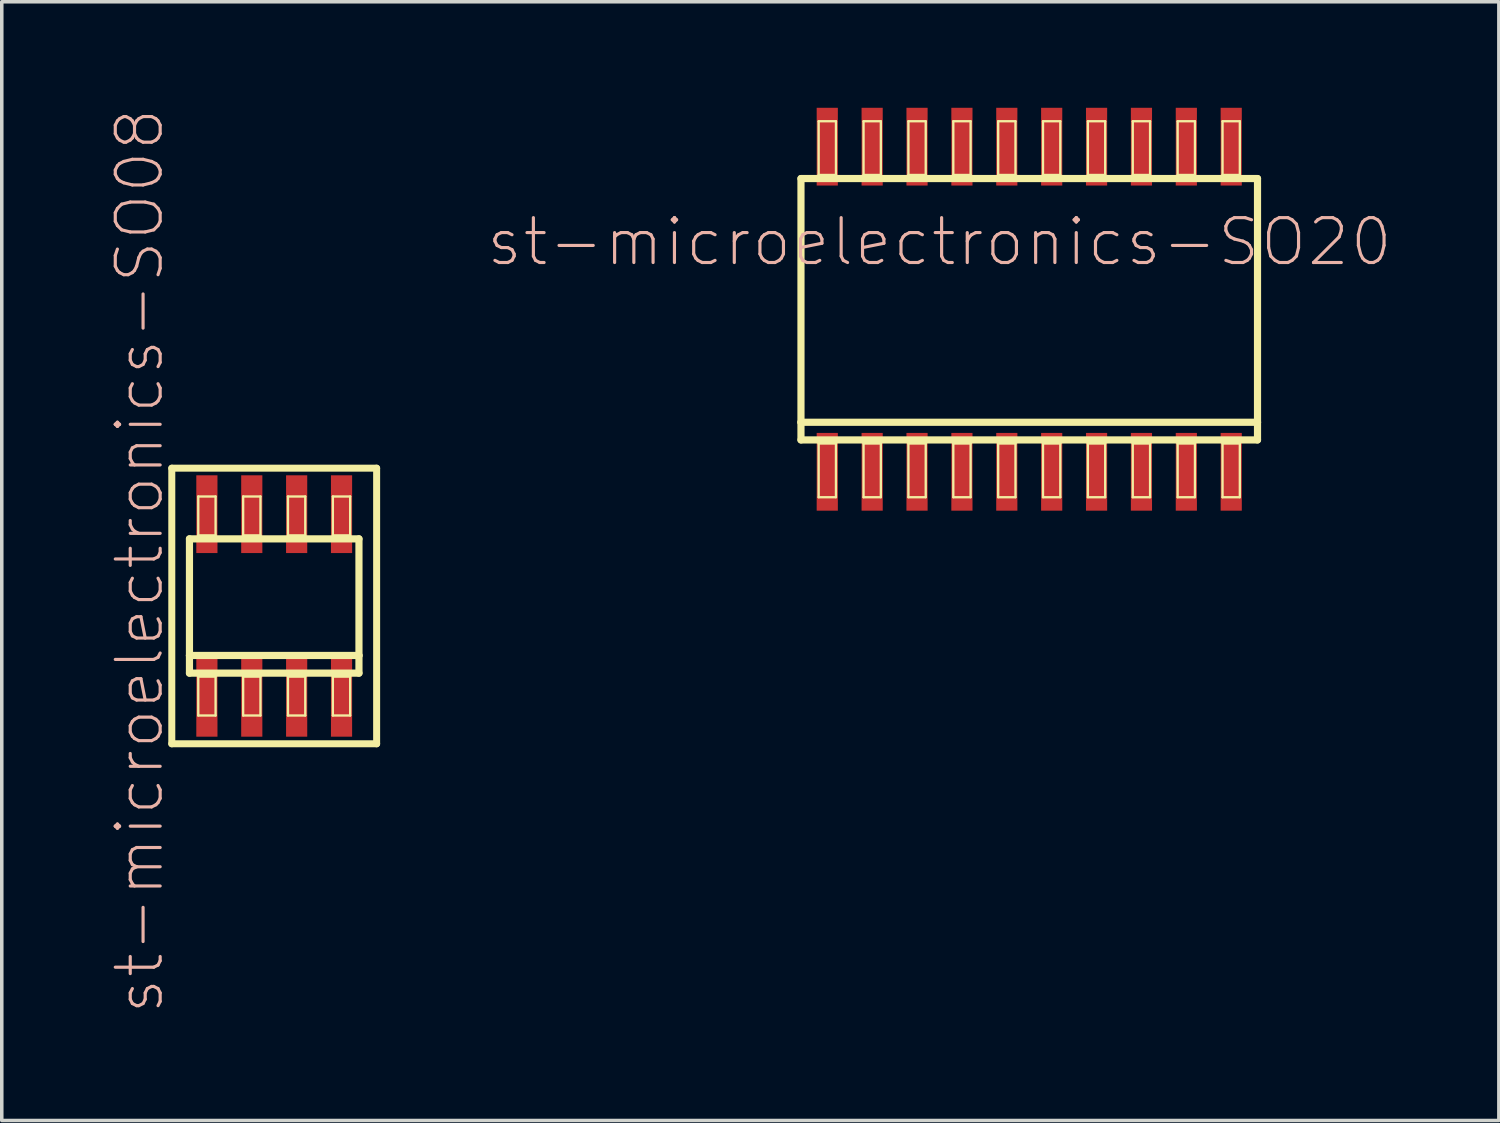
<source format=kicad_pcb>
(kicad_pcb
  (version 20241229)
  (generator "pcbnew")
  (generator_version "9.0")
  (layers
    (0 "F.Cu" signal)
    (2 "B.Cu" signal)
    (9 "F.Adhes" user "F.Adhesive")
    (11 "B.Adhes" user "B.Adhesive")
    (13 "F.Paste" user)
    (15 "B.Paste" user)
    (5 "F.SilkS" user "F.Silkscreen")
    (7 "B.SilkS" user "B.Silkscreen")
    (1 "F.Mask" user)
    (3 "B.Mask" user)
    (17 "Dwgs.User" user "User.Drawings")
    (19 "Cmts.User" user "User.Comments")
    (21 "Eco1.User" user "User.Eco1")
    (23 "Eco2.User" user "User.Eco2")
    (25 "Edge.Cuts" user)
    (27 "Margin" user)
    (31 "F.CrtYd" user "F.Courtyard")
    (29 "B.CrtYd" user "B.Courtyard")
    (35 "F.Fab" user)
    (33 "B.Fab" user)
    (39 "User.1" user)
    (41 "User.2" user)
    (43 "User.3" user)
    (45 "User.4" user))
  (footprint "st-microelectronics-SO08"
    (layer "F.Cu")
    (at 4.709 14.097)
    (property "Reference" "st-microelectronics-SO08" (at -3.81 -1.27 90) (layer "B.SilkS") (effects (font (size 1.27 1.27) (thickness 0.089))))
    (attr smd)
    (fp_line (start -2.898 -3.899) (end 2.898 -3.899) (stroke (width 0.198) (type solid)) (layer "F.SilkS"))
    (fp_line (start -2.898 3.899) (end -2.898 -3.899) (stroke (width 0.198) (type solid)) (layer "F.SilkS"))
    (fp_line (start -2.398 -1.9) (end 2.398 -1.9) (stroke (width 0.203) (type solid)) (layer "F.SilkS"))
    (fp_line (start -2.398 1.4) (end -2.398 -1.9) (stroke (width 0.203) (type solid)) (layer "F.SilkS"))
    (fp_line (start -2.398 1.9) (end -2.398 1.4) (stroke (width 0.203) (type solid)) (layer "F.SilkS"))
    (fp_line (start -2.149 -3.099) (end -1.659 -3.099) (stroke (width 0.066) (type solid)) (layer "F.SilkS"))
    (fp_line (start -2.149 -1.999) (end -2.149 -3.099) (stroke (width 0.066) (type solid)) (layer "F.SilkS"))
    (fp_line (start -2.149 -1.999) (end -1.659 -1.999) (stroke (width 0.066) (type solid)) (layer "F.SilkS"))
    (fp_line (start -2.149 1.999) (end -1.659 1.999) (stroke (width 0.066) (type solid)) (layer "F.SilkS"))
    (fp_line (start -2.149 3.099) (end -2.149 1.999) (stroke (width 0.066) (type solid)) (layer "F.SilkS"))
    (fp_line (start -2.149 3.099) (end -1.659 3.099) (stroke (width 0.066) (type solid)) (layer "F.SilkS"))
    (fp_line (start -1.659 -1.999) (end -1.659 -3.099) (stroke (width 0.066) (type solid)) (layer "F.SilkS"))
    (fp_line (start -1.659 3.099) (end -1.659 1.999) (stroke (width 0.066) (type solid)) (layer "F.SilkS"))
    (fp_line (start -0.879 -3.099) (end -0.389 -3.099) (stroke (width 0.066) (type solid)) (layer "F.SilkS"))
    (fp_line (start -0.879 -1.999) (end -0.879 -3.099) (stroke (width 0.066) (type solid)) (layer "F.SilkS"))
    (fp_line (start -0.879 -1.999) (end -0.389 -1.999) (stroke (width 0.066) (type solid)) (layer "F.SilkS"))
    (fp_line (start -0.879 1.999) (end -0.389 1.999) (stroke (width 0.066) (type solid)) (layer "F.SilkS"))
    (fp_line (start -0.879 3.099) (end -0.879 1.999) (stroke (width 0.066) (type solid)) (layer "F.SilkS"))
    (fp_line (start -0.879 3.099) (end -0.389 3.099) (stroke (width 0.066) (type solid)) (layer "F.SilkS"))
    (fp_line (start -0.389 -1.999) (end -0.389 -3.099) (stroke (width 0.066) (type solid)) (layer "F.SilkS"))
    (fp_line (start -0.389 3.099) (end -0.389 1.999) (stroke (width 0.066) (type solid)) (layer "F.SilkS"))
    (fp_line (start 0.389 -3.099) (end 0.879 -3.099) (stroke (width 0.066) (type solid)) (layer "F.SilkS"))
    (fp_line (start 0.389 -1.999) (end 0.389 -3.099) (stroke (width 0.066) (type solid)) (layer "F.SilkS"))
    (fp_line (start 0.389 -1.999) (end 0.879 -1.999) (stroke (width 0.066) (type solid)) (layer "F.SilkS"))
    (fp_line (start 0.389 1.999) (end 0.879 1.999) (stroke (width 0.066) (type solid)) (layer "F.SilkS"))
    (fp_line (start 0.389 3.099) (end 0.389 1.999) (stroke (width 0.066) (type solid)) (layer "F.SilkS"))
    (fp_line (start 0.389 3.099) (end 0.879 3.099) (stroke (width 0.066) (type solid)) (layer "F.SilkS"))
    (fp_line (start 0.879 -1.999) (end 0.879 -3.099) (stroke (width 0.066) (type solid)) (layer "F.SilkS"))
    (fp_line (start 0.879 3.099) (end 0.879 1.999) (stroke (width 0.066) (type solid)) (layer "F.SilkS"))
    (fp_line (start 1.659 -3.099) (end 2.149 -3.099) (stroke (width 0.066) (type solid)) (layer "F.SilkS"))
    (fp_line (start 1.659 -1.999) (end 1.659 -3.099) (stroke (width 0.066) (type solid)) (layer "F.SilkS"))
    (fp_line (start 1.659 -1.999) (end 2.149 -1.999) (stroke (width 0.066) (type solid)) (layer "F.SilkS"))
    (fp_line (start 1.659 1.999) (end 2.149 1.999) (stroke (width 0.066) (type solid)) (layer "F.SilkS"))
    (fp_line (start 1.659 3.099) (end 1.659 1.999) (stroke (width 0.066) (type solid)) (layer "F.SilkS"))
    (fp_line (start 1.659 3.099) (end 2.149 3.099) (stroke (width 0.066) (type solid)) (layer "F.SilkS"))
    (fp_line (start 2.149 -1.999) (end 2.149 -3.099) (stroke (width 0.066) (type solid)) (layer "F.SilkS"))
    (fp_line (start 2.149 3.099) (end 2.149 1.999) (stroke (width 0.066) (type solid)) (layer "F.SilkS"))
    (fp_line (start 2.398 -1.9) (end 2.398 1.4) (stroke (width 0.203) (type solid)) (layer "F.SilkS"))
    (fp_line (start 2.398 1.4) (end -2.398 1.4) (stroke (width 0.203) (type solid)) (layer "F.SilkS"))
    (fp_line (start 2.398 1.4) (end 2.398 1.9) (stroke (width 0.203) (type solid)) (layer "F.SilkS"))
    (fp_line (start 2.398 1.9) (end -2.398 1.9) (stroke (width 0.203) (type solid)) (layer "F.SilkS"))
    (fp_line (start 2.898 -3.899) (end 2.898 3.899) (stroke (width 0.198) (type solid)) (layer "F.SilkS"))
    (fp_line (start 2.898 3.899) (end -2.898 3.899) (stroke (width 0.198) (type solid)) (layer "F.SilkS"))
    (pad "1" smd rect (at -1.905 2.598) (size 0.599 2.2) (layers "F.Cu" "F.Mask" "F.Paste"))
    (pad "2" smd rect (at -0.635 2.598) (size 0.599 2.2) (layers "F.Cu" "F.Mask" "F.Paste"))
    (pad "3" smd rect (at 0.635 2.598) (size 0.599 2.2) (layers "F.Cu" "F.Mask" "F.Paste"))
    (pad "4" smd rect (at 1.905 2.598) (size 0.599 2.2) (layers "F.Cu" "F.Mask" "F.Paste"))
    (pad "5" smd rect (at 1.905 -2.598) (size 0.599 2.2) (layers "F.Cu" "F.Mask" "F.Paste"))
    (pad "6" smd rect (at 0.635 -2.598) (size 0.599 2.2) (layers "F.Cu" "F.Mask" "F.Paste"))
    (pad "7" smd rect (at -0.635 -2.598) (size 0.599 2.2) (layers "F.Cu" "F.Mask" "F.Paste"))
    (pad "8" smd rect (at -1.905 -2.598) (size 0.599 2.2) (layers "F.Cu" "F.Mask" "F.Paste")))
  (footprint "st-microelectronics-SO20"
    (layer "F.Cu")
    (at 26.073 5.7)
    (property "Reference" "st-microelectronics-SO20" (at -2.54 -1.905 0) (layer "B.SilkS") (effects (font (size 1.27 1.27) (thickness 0.089))))
    (attr smd)
    (fp_line (start -6.459 -3.698) (end 6.459 -3.698) (stroke (width 0.203) (type solid)) (layer "F.SilkS"))
    (fp_line (start -6.459 3.198) (end -6.459 -3.698) (stroke (width 0.203) (type solid)) (layer "F.SilkS"))
    (fp_line (start -6.459 3.698) (end -6.459 3.198) (stroke (width 0.203) (type solid)) (layer "F.SilkS"))
    (fp_line (start -5.959 -5.319) (end -5.469 -5.319) (stroke (width 0.066) (type solid)) (layer "F.SilkS"))
    (fp_line (start -5.959 -3.8) (end -5.959 -5.319) (stroke (width 0.066) (type solid)) (layer "F.SilkS"))
    (fp_line (start -5.959 -3.8) (end -5.469 -3.8) (stroke (width 0.066) (type solid)) (layer "F.SilkS"))
    (fp_line (start -5.959 3.8) (end -5.469 3.8) (stroke (width 0.066) (type solid)) (layer "F.SilkS"))
    (fp_line (start -5.959 5.319) (end -5.959 3.8) (stroke (width 0.066) (type solid)) (layer "F.SilkS"))
    (fp_line (start -5.959 5.319) (end -5.469 5.319) (stroke (width 0.066) (type solid)) (layer "F.SilkS"))
    (fp_line (start -5.469 -3.8) (end -5.469 -5.319) (stroke (width 0.066) (type solid)) (layer "F.SilkS"))
    (fp_line (start -5.469 5.319) (end -5.469 3.8) (stroke (width 0.066) (type solid)) (layer "F.SilkS"))
    (fp_line (start -4.689 -5.319) (end -4.199 -5.319) (stroke (width 0.066) (type solid)) (layer "F.SilkS"))
    (fp_line (start -4.689 -3.8) (end -4.689 -5.319) (stroke (width 0.066) (type solid)) (layer "F.SilkS"))
    (fp_line (start -4.689 -3.8) (end -4.199 -3.8) (stroke (width 0.066) (type solid)) (layer "F.SilkS"))
    (fp_line (start -4.689 3.8) (end -4.199 3.8) (stroke (width 0.066) (type solid)) (layer "F.SilkS"))
    (fp_line (start -4.689 5.319) (end -4.689 3.8) (stroke (width 0.066) (type solid)) (layer "F.SilkS"))
    (fp_line (start -4.689 5.319) (end -4.199 5.319) (stroke (width 0.066) (type solid)) (layer "F.SilkS"))
    (fp_line (start -4.199 -3.8) (end -4.199 -5.319) (stroke (width 0.066) (type solid)) (layer "F.SilkS"))
    (fp_line (start -4.199 5.319) (end -4.199 3.8) (stroke (width 0.066) (type solid)) (layer "F.SilkS"))
    (fp_line (start -3.419 -5.319) (end -2.929 -5.319) (stroke (width 0.066) (type solid)) (layer "F.SilkS"))
    (fp_line (start -3.419 -3.8) (end -3.419 -5.319) (stroke (width 0.066) (type solid)) (layer "F.SilkS"))
    (fp_line (start -3.419 -3.8) (end -2.929 -3.8) (stroke (width 0.066) (type solid)) (layer "F.SilkS"))
    (fp_line (start -3.419 3.8) (end -2.929 3.8) (stroke (width 0.066) (type solid)) (layer "F.SilkS"))
    (fp_line (start -3.419 5.319) (end -3.419 3.8) (stroke (width 0.066) (type solid)) (layer "F.SilkS"))
    (fp_line (start -3.419 5.319) (end -2.929 5.319) (stroke (width 0.066) (type solid)) (layer "F.SilkS"))
    (fp_line (start -2.929 -3.8) (end -2.929 -5.319) (stroke (width 0.066) (type solid)) (layer "F.SilkS"))
    (fp_line (start -2.929 5.319) (end -2.929 3.8) (stroke (width 0.066) (type solid)) (layer "F.SilkS"))
    (fp_line (start -2.149 -5.319) (end -1.659 -5.319) (stroke (width 0.066) (type solid)) (layer "F.SilkS"))
    (fp_line (start -2.149 -3.8) (end -2.149 -5.319) (stroke (width 0.066) (type solid)) (layer "F.SilkS"))
    (fp_line (start -2.149 -3.8) (end -1.659 -3.8) (stroke (width 0.066) (type solid)) (layer "F.SilkS"))
    (fp_line (start -2.149 3.8) (end -1.659 3.8) (stroke (width 0.066) (type solid)) (layer "F.SilkS"))
    (fp_line (start -2.149 5.319) (end -2.149 3.8) (stroke (width 0.066) (type solid)) (layer "F.SilkS"))
    (fp_line (start -2.149 5.319) (end -1.659 5.319) (stroke (width 0.066) (type solid)) (layer "F.SilkS"))
    (fp_line (start -1.659 -3.8) (end -1.659 -5.319) (stroke (width 0.066) (type solid)) (layer "F.SilkS"))
    (fp_line (start -1.659 5.319) (end -1.659 3.8) (stroke (width 0.066) (type solid)) (layer "F.SilkS"))
    (fp_line (start -0.879 -5.319) (end -0.389 -5.319) (stroke (width 0.066) (type solid)) (layer "F.SilkS"))
    (fp_line (start -0.879 -3.8) (end -0.879 -5.319) (stroke (width 0.066) (type solid)) (layer "F.SilkS"))
    (fp_line (start -0.879 -3.8) (end -0.389 -3.8) (stroke (width 0.066) (type solid)) (layer "F.SilkS"))
    (fp_line (start -0.879 3.8) (end -0.389 3.8) (stroke (width 0.066) (type solid)) (layer "F.SilkS"))
    (fp_line (start -0.879 5.319) (end -0.879 3.8) (stroke (width 0.066) (type solid)) (layer "F.SilkS"))
    (fp_line (start -0.879 5.319) (end -0.389 5.319) (stroke (width 0.066) (type solid)) (layer "F.SilkS"))
    (fp_line (start -0.389 -3.8) (end -0.389 -5.319) (stroke (width 0.066) (type solid)) (layer "F.SilkS"))
    (fp_line (start -0.389 5.319) (end -0.389 3.8) (stroke (width 0.066) (type solid)) (layer "F.SilkS"))
    (fp_line (start 0.389 -5.319) (end 0.879 -5.319) (stroke (width 0.066) (type solid)) (layer "F.SilkS"))
    (fp_line (start 0.389 -3.8) (end 0.389 -5.319) (stroke (width 0.066) (type solid)) (layer "F.SilkS"))
    (fp_line (start 0.389 -3.8) (end 0.879 -3.8) (stroke (width 0.066) (type solid)) (layer "F.SilkS"))
    (fp_line (start 0.389 3.8) (end 0.879 3.8) (stroke (width 0.066) (type solid)) (layer "F.SilkS"))
    (fp_line (start 0.389 5.319) (end 0.389 3.8) (stroke (width 0.066) (type solid)) (layer "F.SilkS"))
    (fp_line (start 0.389 5.319) (end 0.879 5.319) (stroke (width 0.066) (type solid)) (layer "F.SilkS"))
    (fp_line (start 0.879 -3.8) (end 0.879 -5.319) (stroke (width 0.066) (type solid)) (layer "F.SilkS"))
    (fp_line (start 0.879 5.319) (end 0.879 3.8) (stroke (width 0.066) (type solid)) (layer "F.SilkS"))
    (fp_line (start 1.659 -5.319) (end 2.149 -5.319) (stroke (width 0.066) (type solid)) (layer "F.SilkS"))
    (fp_line (start 1.659 -3.8) (end 1.659 -5.319) (stroke (width 0.066) (type solid)) (layer "F.SilkS"))
    (fp_line (start 1.659 -3.8) (end 2.149 -3.8) (stroke (width 0.066) (type solid)) (layer "F.SilkS"))
    (fp_line (start 1.659 3.8) (end 2.149 3.8) (stroke (width 0.066) (type solid)) (layer "F.SilkS"))
    (fp_line (start 1.659 5.319) (end 1.659 3.8) (stroke (width 0.066) (type solid)) (layer "F.SilkS"))
    (fp_line (start 1.659 5.319) (end 2.149 5.319) (stroke (width 0.066) (type solid)) (layer "F.SilkS"))
    (fp_line (start 2.149 -3.8) (end 2.149 -5.319) (stroke (width 0.066) (type solid)) (layer "F.SilkS"))
    (fp_line (start 2.149 5.319) (end 2.149 3.8) (stroke (width 0.066) (type solid)) (layer "F.SilkS"))
    (fp_line (start 2.929 -5.319) (end 3.419 -5.319) (stroke (width 0.066) (type solid)) (layer "F.SilkS"))
    (fp_line (start 2.929 -3.8) (end 2.929 -5.319) (stroke (width 0.066) (type solid)) (layer "F.SilkS"))
    (fp_line (start 2.929 -3.8) (end 3.419 -3.8) (stroke (width 0.066) (type solid)) (layer "F.SilkS"))
    (fp_line (start 2.929 3.8) (end 3.419 3.8) (stroke (width 0.066) (type solid)) (layer "F.SilkS"))
    (fp_line (start 2.929 5.319) (end 2.929 3.8) (stroke (width 0.066) (type solid)) (layer "F.SilkS"))
    (fp_line (start 2.929 5.319) (end 3.419 5.319) (stroke (width 0.066) (type solid)) (layer "F.SilkS"))
    (fp_line (start 3.419 -3.8) (end 3.419 -5.319) (stroke (width 0.066) (type solid)) (layer "F.SilkS"))
    (fp_line (start 3.419 5.319) (end 3.419 3.8) (stroke (width 0.066) (type solid)) (layer "F.SilkS"))
    (fp_line (start 4.199 -5.319) (end 4.689 -5.319) (stroke (width 0.066) (type solid)) (layer "F.SilkS"))
    (fp_line (start 4.199 -3.8) (end 4.199 -5.319) (stroke (width 0.066) (type solid)) (layer "F.SilkS"))
    (fp_line (start 4.199 -3.8) (end 4.689 -3.8) (stroke (width 0.066) (type solid)) (layer "F.SilkS"))
    (fp_line (start 4.199 3.8) (end 4.689 3.8) (stroke (width 0.066) (type solid)) (layer "F.SilkS"))
    (fp_line (start 4.199 5.319) (end 4.199 3.8) (stroke (width 0.066) (type solid)) (layer "F.SilkS"))
    (fp_line (start 4.199 5.319) (end 4.689 5.319) (stroke (width 0.066) (type solid)) (layer "F.SilkS"))
    (fp_line (start 4.689 -3.8) (end 4.689 -5.319) (stroke (width 0.066) (type solid)) (layer "F.SilkS"))
    (fp_line (start 4.689 5.319) (end 4.689 3.8) (stroke (width 0.066) (type solid)) (layer "F.SilkS"))
    (fp_line (start 5.469 -5.319) (end 5.959 -5.319) (stroke (width 0.066) (type solid)) (layer "F.SilkS"))
    (fp_line (start 5.469 -3.8) (end 5.469 -5.319) (stroke (width 0.066) (type solid)) (layer "F.SilkS"))
    (fp_line (start 5.469 -3.8) (end 5.959 -3.8) (stroke (width 0.066) (type solid)) (layer "F.SilkS"))
    (fp_line (start 5.469 3.8) (end 5.959 3.8) (stroke (width 0.066) (type solid)) (layer "F.SilkS"))
    (fp_line (start 5.469 5.319) (end 5.469 3.8) (stroke (width 0.066) (type solid)) (layer "F.SilkS"))
    (fp_line (start 5.469 5.319) (end 5.959 5.319) (stroke (width 0.066) (type solid)) (layer "F.SilkS"))
    (fp_line (start 5.959 -3.8) (end 5.959 -5.319) (stroke (width 0.066) (type solid)) (layer "F.SilkS"))
    (fp_line (start 5.959 5.319) (end 5.959 3.8) (stroke (width 0.066) (type solid)) (layer "F.SilkS"))
    (fp_line (start 6.459 -3.698) (end 6.459 3.198) (stroke (width 0.203) (type solid)) (layer "F.SilkS"))
    (fp_line (start 6.459 3.198) (end -6.459 3.198) (stroke (width 0.203) (type solid)) (layer "F.SilkS"))
    (fp_line (start 6.459 3.198) (end 6.459 3.698) (stroke (width 0.203) (type solid)) (layer "F.SilkS"))
    (fp_line (start 6.459 3.698) (end -6.459 3.698) (stroke (width 0.203) (type solid)) (layer "F.SilkS"))
    (pad "1" smd rect (at -5.715 4.6) (size 0.599 2.2) (layers "F.Cu" "F.Mask" "F.Paste"))
    (pad "2" smd rect (at -4.445 4.6) (size 0.599 2.2) (layers "F.Cu" "F.Mask" "F.Paste"))
    (pad "3" smd rect (at -3.175 4.6) (size 0.599 2.2) (layers "F.Cu" "F.Mask" "F.Paste"))
    (pad "4" smd rect (at -1.905 4.6) (size 0.599 2.2) (layers "F.Cu" "F.Mask" "F.Paste"))
    (pad "5" smd rect (at -0.635 4.6) (size 0.599 2.2) (layers "F.Cu" "F.Mask" "F.Paste"))
    (pad "6" smd rect (at 0.635 4.6) (size 0.599 2.2) (layers "F.Cu" "F.Mask" "F.Paste"))
    (pad "7" smd rect (at 1.905 4.6) (size 0.599 2.2) (layers "F.Cu" "F.Mask" "F.Paste"))
    (pad "8" smd rect (at 3.175 4.6) (size 0.599 2.2) (layers "F.Cu" "F.Mask" "F.Paste"))
    (pad "9" smd rect (at 4.445 4.6) (size 0.599 2.2) (layers "F.Cu" "F.Mask" "F.Paste"))
    (pad "10" smd rect (at 5.715 4.6) (size 0.599 2.2) (layers "F.Cu" "F.Mask" "F.Paste"))
    (pad "11" smd rect (at 5.715 -4.6) (size 0.599 2.2) (layers "F.Cu" "F.Mask" "F.Paste"))
    (pad "12" smd rect (at 4.445 -4.6) (size 0.599 2.2) (layers "F.Cu" "F.Mask" "F.Paste"))
    (pad "13" smd rect (at 3.175 -4.6) (size 0.599 2.2) (layers "F.Cu" "F.Mask" "F.Paste"))
    (pad "14" smd rect (at 1.905 -4.6) (size 0.599 2.2) (layers "F.Cu" "F.Mask" "F.Paste"))
    (pad "15" smd rect (at 0.635 -4.6) (size 0.599 2.2) (layers "F.Cu" "F.Mask" "F.Paste"))
    (pad "16" smd rect (at -0.635 -4.6) (size 0.599 2.2) (layers "F.Cu" "F.Mask" "F.Paste"))
    (pad "17" smd rect (at -1.905 -4.6) (size 0.599 2.2) (layers "F.Cu" "F.Mask" "F.Paste"))
    (pad "18" smd rect (at -3.175 -4.6) (size 0.599 2.2) (layers "F.Cu" "F.Mask" "F.Paste"))
    (pad "19" smd rect (at -4.445 -4.6) (size 0.599 2.2) (layers "F.Cu" "F.Mask" "F.Paste"))
    (pad "20" smd rect (at -5.715 -4.6) (size 0.599 2.2) (layers "F.Cu" "F.Mask" "F.Paste")))
  (gr_rect
    (start -3 -3)
    (end 39.361 28.655)
    (stroke (width 0.1) (type default))
    (fill no)
    (layer "Edge.Cuts")))
</source>
